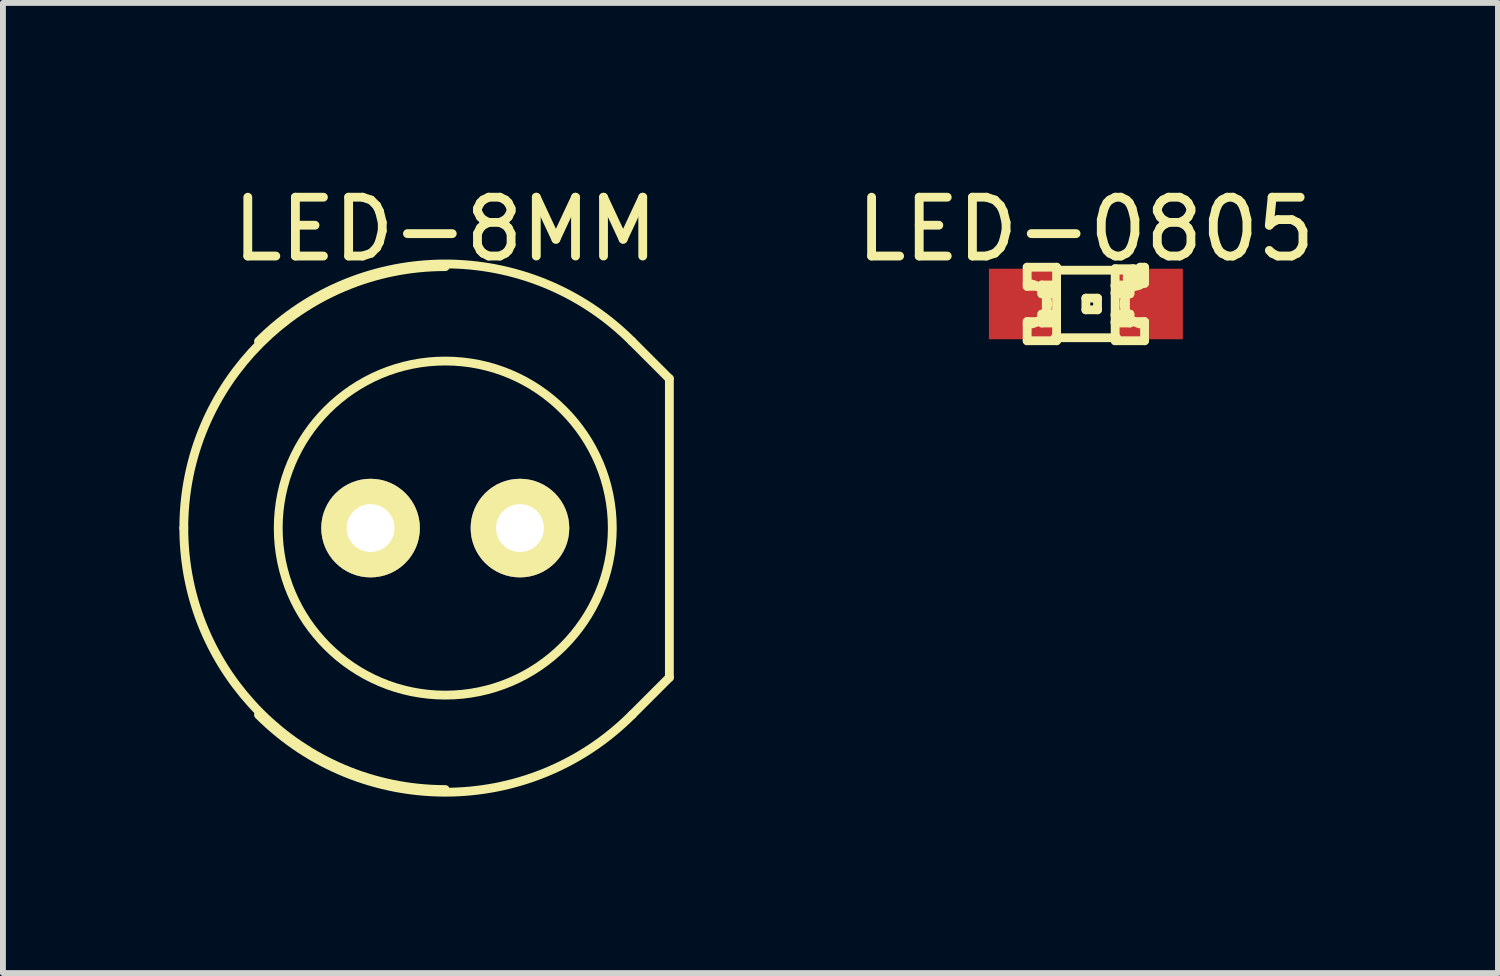
<source format=kicad_pcb>
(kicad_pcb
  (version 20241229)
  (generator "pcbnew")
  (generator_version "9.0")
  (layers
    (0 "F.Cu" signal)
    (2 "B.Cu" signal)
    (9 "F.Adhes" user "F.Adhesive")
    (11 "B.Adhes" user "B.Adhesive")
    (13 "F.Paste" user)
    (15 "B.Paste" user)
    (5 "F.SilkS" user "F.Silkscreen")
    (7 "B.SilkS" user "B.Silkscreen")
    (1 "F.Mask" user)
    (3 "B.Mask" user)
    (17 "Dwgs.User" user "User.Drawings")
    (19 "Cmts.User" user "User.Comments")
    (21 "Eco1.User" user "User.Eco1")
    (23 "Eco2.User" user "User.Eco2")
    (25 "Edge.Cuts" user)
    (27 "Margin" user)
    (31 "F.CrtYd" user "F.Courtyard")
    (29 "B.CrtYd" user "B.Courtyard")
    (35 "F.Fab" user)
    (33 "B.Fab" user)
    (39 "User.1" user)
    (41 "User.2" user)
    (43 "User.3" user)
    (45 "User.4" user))
  (footprint "LED-0805"
    (layer "F.Cu")
    (at 15.411 2.118)
    (property "Reference" "LED-0805" (at 0 -1.27 0) (layer "F.SilkS") (effects (font (size 1 1) (thickness 0.15))))
    (attr smd)
    (fp_line (start -0.998 -0.625) (end -0.998 -0.3) (stroke (width 0.15) (type solid)) (layer "F.SilkS"))
    (fp_line (start -0.998 -0.625) (end -0.498 -0.625) (stroke (width 0.15) (type solid)) (layer "F.SilkS"))
    (fp_line (start -0.998 -0.3) (end -0.498 -0.3) (stroke (width 0.15) (type solid)) (layer "F.SilkS"))
    (fp_line (start -0.998 0.3) (end -0.998 0.625) (stroke (width 0.15) (type solid)) (layer "F.SilkS"))
    (fp_line (start -0.998 0.3) (end -0.498 0.3) (stroke (width 0.15) (type solid)) (layer "F.SilkS"))
    (fp_line (start -0.998 0.625) (end -0.498 0.625) (stroke (width 0.15) (type solid)) (layer "F.SilkS"))
    (fp_line (start -0.749 -0.323) (end -0.749 -0.173) (stroke (width 0.15) (type solid)) (layer "F.SilkS"))
    (fp_line (start -0.749 -0.323) (end -0.498 -0.323) (stroke (width 0.15) (type solid)) (layer "F.SilkS"))
    (fp_line (start -0.749 -0.173) (end -0.498 -0.173) (stroke (width 0.15) (type solid)) (layer "F.SilkS"))
    (fp_line (start -0.749 0.173) (end -0.749 0.323) (stroke (width 0.15) (type solid)) (layer "F.SilkS"))
    (fp_line (start -0.749 0.173) (end -0.498 0.173) (stroke (width 0.15) (type solid)) (layer "F.SilkS"))
    (fp_line (start -0.749 0.323) (end -0.498 0.323) (stroke (width 0.15) (type solid)) (layer "F.SilkS"))
    (fp_line (start -0.673 -0.198) (end -0.673 0.198) (stroke (width 0.15) (type solid)) (layer "F.SilkS"))
    (fp_line (start -0.673 -0.198) (end -0.498 -0.198) (stroke (width 0.15) (type solid)) (layer "F.SilkS"))
    (fp_line (start -0.673 0.198) (end -0.498 0.198) (stroke (width 0.15) (type solid)) (layer "F.SilkS"))
    (fp_line (start -0.498 -0.625) (end -0.498 -0.3) (stroke (width 0.15) (type solid)) (layer "F.SilkS"))
    (fp_line (start -0.498 -0.574) (end 0.925 -0.574) (stroke (width 0.15) (type solid)) (layer "F.SilkS"))
    (fp_line (start -0.498 -0.323) (end -0.498 -0.173) (stroke (width 0.15) (type solid)) (layer "F.SilkS"))
    (fp_line (start -0.498 -0.198) (end -0.498 0.198) (stroke (width 0.15) (type solid)) (layer "F.SilkS"))
    (fp_line (start -0.498 0.173) (end -0.498 0.323) (stroke (width 0.15) (type solid)) (layer "F.SilkS"))
    (fp_line (start -0.498 0.3) (end -0.498 0.625) (stroke (width 0.15) (type solid)) (layer "F.SilkS"))
    (fp_line (start 0 -0.099) (end 0 0.099) (stroke (width 0.15) (type solid)) (layer "F.SilkS"))
    (fp_line (start 0 -0.099) (end 0.198 -0.099) (stroke (width 0.15) (type solid)) (layer "F.SilkS"))
    (fp_line (start 0 0.099) (end 0.198 0.099) (stroke (width 0.15) (type solid)) (layer "F.SilkS"))
    (fp_line (start 0.198 -0.099) (end 0.198 0.099) (stroke (width 0.15) (type solid)) (layer "F.SilkS"))
    (fp_line (start 0.498 -0.599) (end 0.498 -0.3) (stroke (width 0.15) (type solid)) (layer "F.SilkS"))
    (fp_line (start 0.498 -0.599) (end 0.798 -0.599) (stroke (width 0.15) (type solid)) (layer "F.SilkS"))
    (fp_line (start 0.498 -0.323) (end 0.498 -0.173) (stroke (width 0.15) (type solid)) (layer "F.SilkS"))
    (fp_line (start 0.498 -0.323) (end 0.749 -0.323) (stroke (width 0.15) (type solid)) (layer "F.SilkS"))
    (fp_line (start 0.498 -0.3) (end 0.798 -0.3) (stroke (width 0.15) (type solid)) (layer "F.SilkS"))
    (fp_line (start 0.498 -0.198) (end 0.498 0.198) (stroke (width 0.15) (type solid)) (layer "F.SilkS"))
    (fp_line (start 0.498 -0.198) (end 0.673 -0.198) (stroke (width 0.15) (type solid)) (layer "F.SilkS"))
    (fp_line (start 0.498 -0.173) (end 0.749 -0.173) (stroke (width 0.15) (type solid)) (layer "F.SilkS"))
    (fp_line (start 0.498 0.173) (end 0.498 0.323) (stroke (width 0.15) (type solid)) (layer "F.SilkS"))
    (fp_line (start 0.498 0.173) (end 0.749 0.173) (stroke (width 0.15) (type solid)) (layer "F.SilkS"))
    (fp_line (start 0.498 0.198) (end 0.673 0.198) (stroke (width 0.15) (type solid)) (layer "F.SilkS"))
    (fp_line (start 0.498 0.3) (end 0.498 0.625) (stroke (width 0.15) (type solid)) (layer "F.SilkS"))
    (fp_line (start 0.498 0.3) (end 0.998 0.3) (stroke (width 0.15) (type solid)) (layer "F.SilkS"))
    (fp_line (start 0.498 0.323) (end 0.749 0.323) (stroke (width 0.15) (type solid)) (layer "F.SilkS"))
    (fp_line (start 0.498 0.625) (end 0.998 0.625) (stroke (width 0.15) (type solid)) (layer "F.SilkS"))
    (fp_line (start 0.523 0.574) (end -0.523 0.574) (stroke (width 0.15) (type solid)) (layer "F.SilkS"))
    (fp_line (start 0.673 -0.198) (end 0.673 0.198) (stroke (width 0.15) (type solid)) (layer "F.SilkS"))
    (fp_line (start 0.749 -0.323) (end 0.749 -0.173) (stroke (width 0.15) (type solid)) (layer "F.SilkS"))
    (fp_line (start 0.749 0.173) (end 0.749 0.323) (stroke (width 0.15) (type solid)) (layer "F.SilkS"))
    (fp_line (start 0.798 -0.599) (end 0.798 -0.3) (stroke (width 0.15) (type solid)) (layer "F.SilkS"))
    (fp_line (start 0.925 -0.625) (end 0.925 -0.399) (stroke (width 0.15) (type solid)) (layer "F.SilkS"))
    (fp_line (start 0.925 -0.625) (end 0.998 -0.625) (stroke (width 0.15) (type solid)) (layer "F.SilkS"))
    (fp_line (start 0.925 -0.399) (end 0.998 -0.399) (stroke (width 0.15) (type solid)) (layer "F.SilkS"))
    (fp_line (start 0.998 -0.625) (end 0.998 -0.399) (stroke (width 0.15) (type solid)) (layer "F.SilkS"))
    (fp_line (start 0.998 0.3) (end 0.998 0.625) (stroke (width 0.15) (type solid)) (layer "F.SilkS"))
    (fp_arc (start -0.99822 -0.34798) (mid -0.65024 0) (end -0.99822 0.34798) (stroke (width 0.15) (type solid)) (layer "F.SilkS"))
    (fp_arc (start 0.99822 0.34798) (mid 0.65024 0) (end 0.99822 -0.34798) (stroke (width 0.15) (type solid)) (layer "F.SilkS"))
    (fp_circle (center 0.848 -0.45) (end 0.899 -0.5) (stroke (width 0.15) (type solid)) (fill no) (layer "F.SilkS"))
    (pad "1" smd rect (at -1.049 0) (size 1.199 1.199) (layers "F.Cu" "F.Mask" "F.Paste"))
    (pad "2" smd rect (at 1.049 0) (size 1.199 1.199) (layers "F.Cu" "F.Mask" "F.Paste")))
  (footprint "LED-8MM"
    (layer "F.Cu")
    (at 4.52 5.928)
    (property "Reference" "LED-8MM" (at 0 -5.08 0) (layer "F.SilkS") (effects (font (size 1 1) (thickness 0.15))))
    (attr through_hole)
    (fp_line (start 3.175 -3.175) (end 3.81 -2.54) (stroke (width 0.15) (type solid)) (layer "F.SilkS"))
    (fp_line (start 3.175 3.175) (end 3.81 2.54) (stroke (width 0.15) (type solid)) (layer "F.SilkS"))
    (fp_line (start 3.81 -2.54) (end 3.81 2.54) (stroke (width 0.15) (type solid)) (layer "F.SilkS"))
    (fp_arc (start -4.445 0) (mid -3.14309 -3.14309) (end 0 -4.445) (stroke (width 0.15) (type solid)) (layer "F.SilkS"))
    (fp_arc (start -3.175 -3.175) (mid 0 -4.490128) (end 3.175 -3.175) (stroke (width 0.15) (type solid)) (layer "F.SilkS"))
    (fp_arc (start 0 4.445) (mid -3.14309 3.14309) (end -4.445 0) (stroke (width 0.15) (type solid)) (layer "F.SilkS"))
    (fp_arc (start 3.175 3.175) (mid 0 4.490128) (end -3.175 3.175) (stroke (width 0.15) (type solid)) (layer "F.SilkS"))
    (fp_circle (center 0 0) (end 1.27 2.54) (stroke (width 0.15) (type solid)) (fill no) (layer "F.SilkS"))
    (pad "1" thru_hole circle (at -1.27 0) (size 1.676 1.676) (drill 0.813) (layers "*.Cu" "*.Mask" "F.SilkS"))
    (pad "2" thru_hole circle (at 1.27 0) (size 1.676 1.676) (drill 0.813) (layers "*.Cu" "*.Mask" "F.SilkS")))
  (gr_rect
    (start -3 -3)
    (end 22.417 13.493)
    (stroke (width 0.1) (type default))
    (fill no)
    (layer "Edge.Cuts")))
</source>
